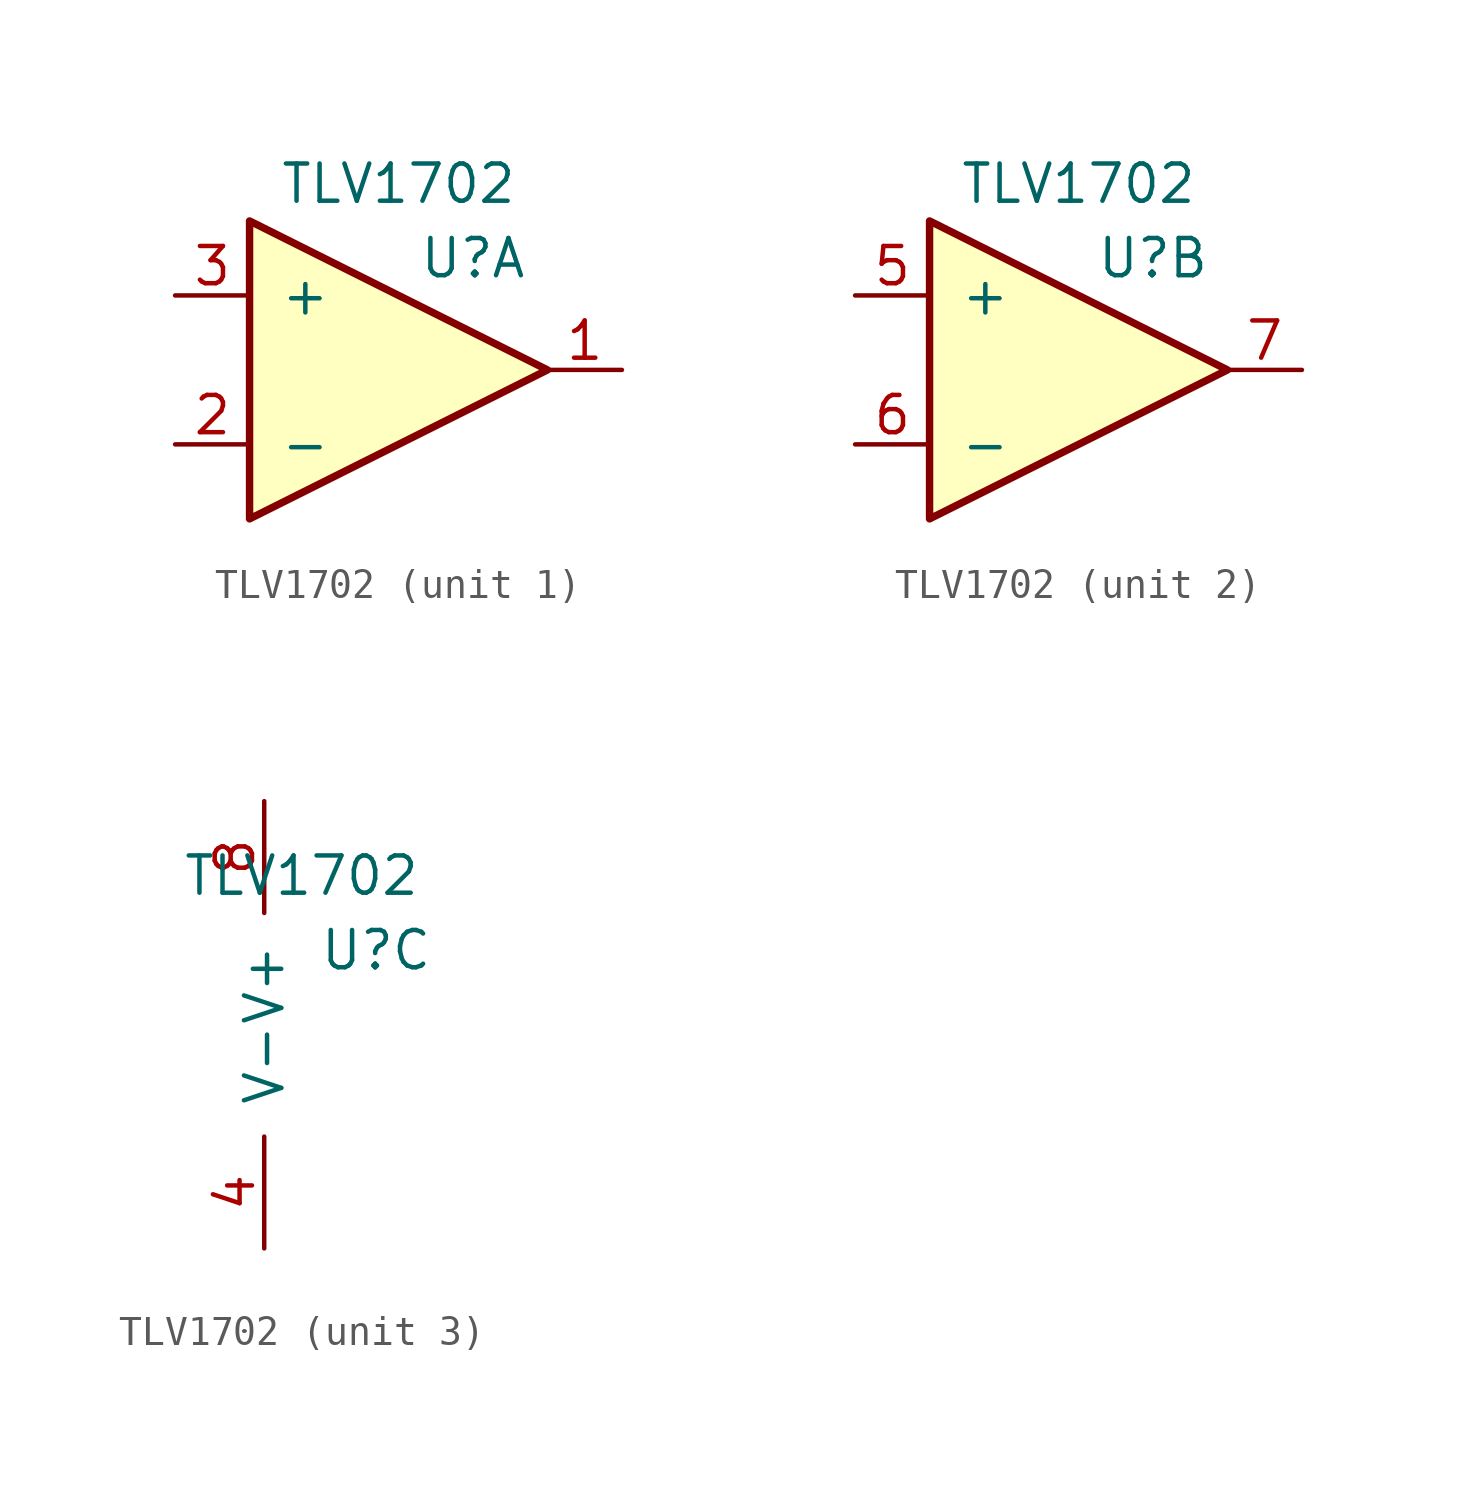
<source format=kicad_sym>
(kicad_symbol_lib
  (version 20241209)
  (generator "kicad_symbol_editor")
  (generator_version "9.0")
  (symbol "TLV1702"
    (pin_names
      (offset 1.016))
    (property "Reference" "U"
      (at 3.81 3.81 0)
      (effects (font (size 1.27 1.27))))
    (property "Value" "TLV1702"
      (at 1.27 6.35 0)
      (effects (font (size 1.27 1.27))))
    (symbol "TLV1702_1_1"
      (polyline (pts (xy -3.81 5.08) (xy 6.35 0) (xy -3.81 -5.08) (xy -3.81 5.08)) (stroke (width 0.254) (type solid)) (fill (type background)))
      (pin input line (at -6.35 2.54 0) (length 2.54) (name "+" (effects (font (size 1.27 1.27)))) (number "3" (effects (font (size 1.27 1.27)))))
      (pin input line (at -6.35 -2.54 0) (length 2.54) (name "-" (effects (font (size 1.27 1.27)))) (number "2" (effects (font (size 1.27 1.27)))))
      (pin open_collector line (at 8.89 0 180) (length 2.54) (name "~" (effects (font (size 1.27 1.27)))) (number "1" (effects (font (size 1.27 1.27))))))
    (symbol "TLV1702_2_1"
      (polyline (pts (xy -3.81 5.08) (xy 6.35 0) (xy -3.81 -5.08) (xy -3.81 5.08)) (stroke (width 0.254) (type solid)) (fill (type background)))
      (pin input line (at -6.35 2.54 0) (length 2.54) (name "+" (effects (font (size 1.27 1.27)))) (number "5" (effects (font (size 1.27 1.27)))))
      (pin input line (at -6.35 -2.54 0) (length 2.54) (name "-" (effects (font (size 1.27 1.27)))) (number "6" (effects (font (size 1.27 1.27)))))
      (pin open_collector line (at 8.89 0 180) (length 2.54) (name "~" (effects (font (size 1.27 1.27)))) (number "7" (effects (font (size 1.27 1.27))))))
    (symbol "TLV1702_3_1"
      (pin power_in line (at 0 8.89 270) (length 3.81) (name "V+" (effects (font (size 1.27 1.27)))) (number "8" (effects (font (size 1.27 1.27)))))
      (pin power_in line (at 0 -6.35 90) (length 3.81) (name "V-" (effects (font (size 1.27 1.27)))) (number "4" (effects (font (size 1.27 1.27))))))))
</source>
